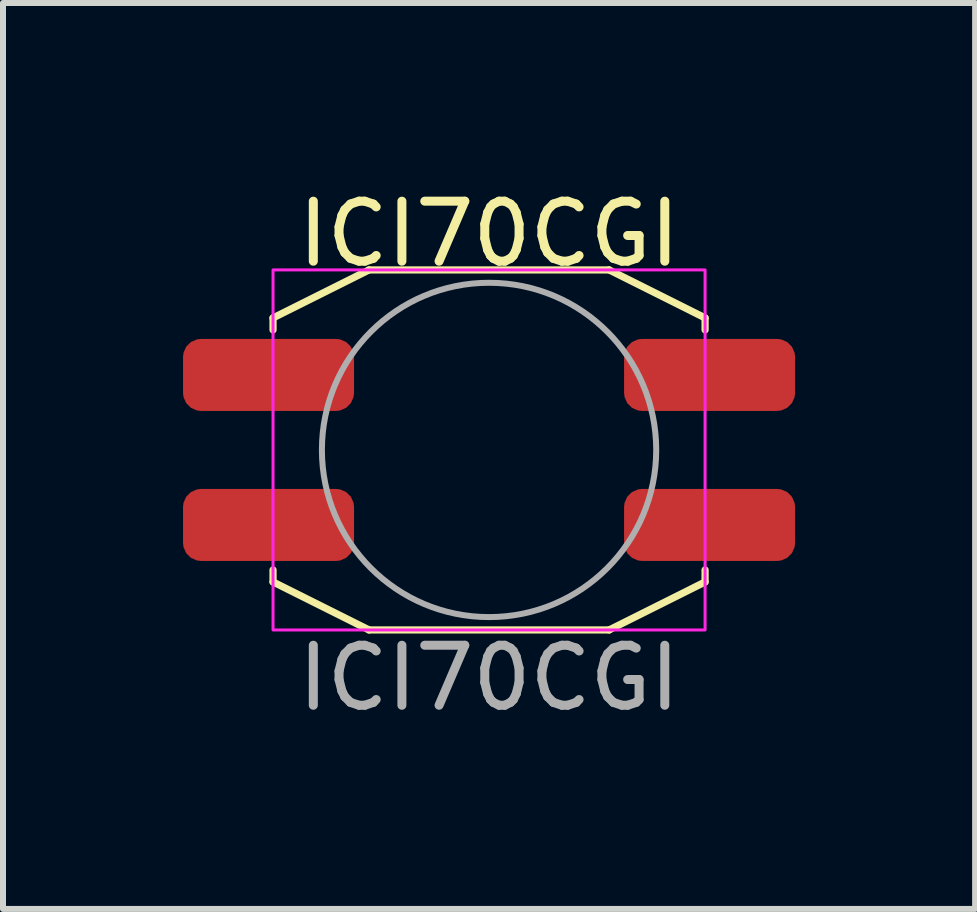
<source format=kicad_pcb>
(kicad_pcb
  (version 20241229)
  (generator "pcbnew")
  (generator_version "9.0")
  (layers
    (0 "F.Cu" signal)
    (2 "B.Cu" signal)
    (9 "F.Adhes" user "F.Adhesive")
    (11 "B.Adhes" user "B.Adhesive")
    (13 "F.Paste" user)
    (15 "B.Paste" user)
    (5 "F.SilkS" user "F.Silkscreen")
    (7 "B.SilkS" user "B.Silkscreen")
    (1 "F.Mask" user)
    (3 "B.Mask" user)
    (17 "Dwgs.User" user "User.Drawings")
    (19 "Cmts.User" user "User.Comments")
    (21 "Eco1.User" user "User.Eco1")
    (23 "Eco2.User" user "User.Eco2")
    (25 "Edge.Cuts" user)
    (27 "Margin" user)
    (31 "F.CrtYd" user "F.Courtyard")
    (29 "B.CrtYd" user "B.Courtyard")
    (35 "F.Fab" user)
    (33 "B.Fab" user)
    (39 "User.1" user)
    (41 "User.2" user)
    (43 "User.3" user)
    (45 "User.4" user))
  (footprint "ICI70CGI"
    (layer "F.Cu")
    (at 5.1 4.448)
    (property "Reference" "ICI70CGI" (at 0 -3.6 0) (unlocked yes) (layer "F.SilkS") (effects (font (size 1 1) (thickness 0.15))))
    (attr smd)
    (fp_line (start -3.6 -2.2) (end -2 -3) (stroke (width 0.12) (type solid)) (layer "F.SilkS"))
    (fp_line (start -3.6 -2) (end -3.6 -2.2) (stroke (width 0.12) (type solid)) (layer "F.SilkS"))
    (fp_line (start -3.6 2.2) (end -3.6 2) (stroke (width 0.12) (type solid)) (layer "F.SilkS"))
    (fp_line (start -2 -3) (end 2 -3) (stroke (width 0.12) (type solid)) (layer "F.SilkS"))
    (fp_line (start -2 3) (end -3.6 2.2) (stroke (width 0.12) (type solid)) (layer "F.SilkS"))
    (fp_line (start 2 -3) (end 3.6 -2.2) (stroke (width 0.12) (type solid)) (layer "F.SilkS"))
    (fp_line (start 2 3) (end -2 3) (stroke (width 0.12) (type solid)) (layer "F.SilkS"))
    (fp_line (start 3.6 -2.2) (end 3.6 -2) (stroke (width 0.12) (type solid)) (layer "F.SilkS"))
    (fp_line (start 3.6 2) (end 3.6 2.2) (stroke (width 0.12) (type solid)) (layer "F.SilkS"))
    (fp_line (start 3.6 2.2) (end 2 3) (stroke (width 0.12) (type solid)) (layer "F.SilkS"))
    (fp_rect (start -3.6 -3) (end 3.6 3) (stroke (width 0.05) (type solid)) (fill no) (layer "F.CrtYd"))
    (fp_circle (center 0 0) (end -2.6 -1) (stroke (width 0.1) (type solid)) (fill no) (layer "F.Fab"))
    (fp_text user "${REFERENCE}" (at 0 3.8 0) (unlocked yes) (layer "F.Fab") (effects (font (size 1 1) (thickness 0.15))))
    (pad "1" smd roundrect (at -3.675 -1.25) (size 2.85 1.2) (layers "F.Cu" "F.Mask" "F.Paste") (roundrect_rratio 0.25))
    (pad "2" smd roundrect (at 3.675 -1.25) (size 2.85 1.2) (layers "F.Cu" "F.Mask" "F.Paste") (roundrect_rratio 0.25))
    (pad "3" smd roundrect (at 3.675 1.25) (size 2.85 1.2) (layers "F.Cu" "F.Mask" "F.Paste") (roundrect_rratio 0.25))
    (pad "4" smd roundrect (at -3.675 1.25) (size 2.85 1.2) (layers "F.Cu" "F.Mask" "F.Paste") (roundrect_rratio 0.25)))
  (gr_rect
    (start -3 -3)
    (end 13.2 12.097)
    (stroke (width 0.1) (type default))
    (fill no)
    (layer "Edge.Cuts")))
</source>
